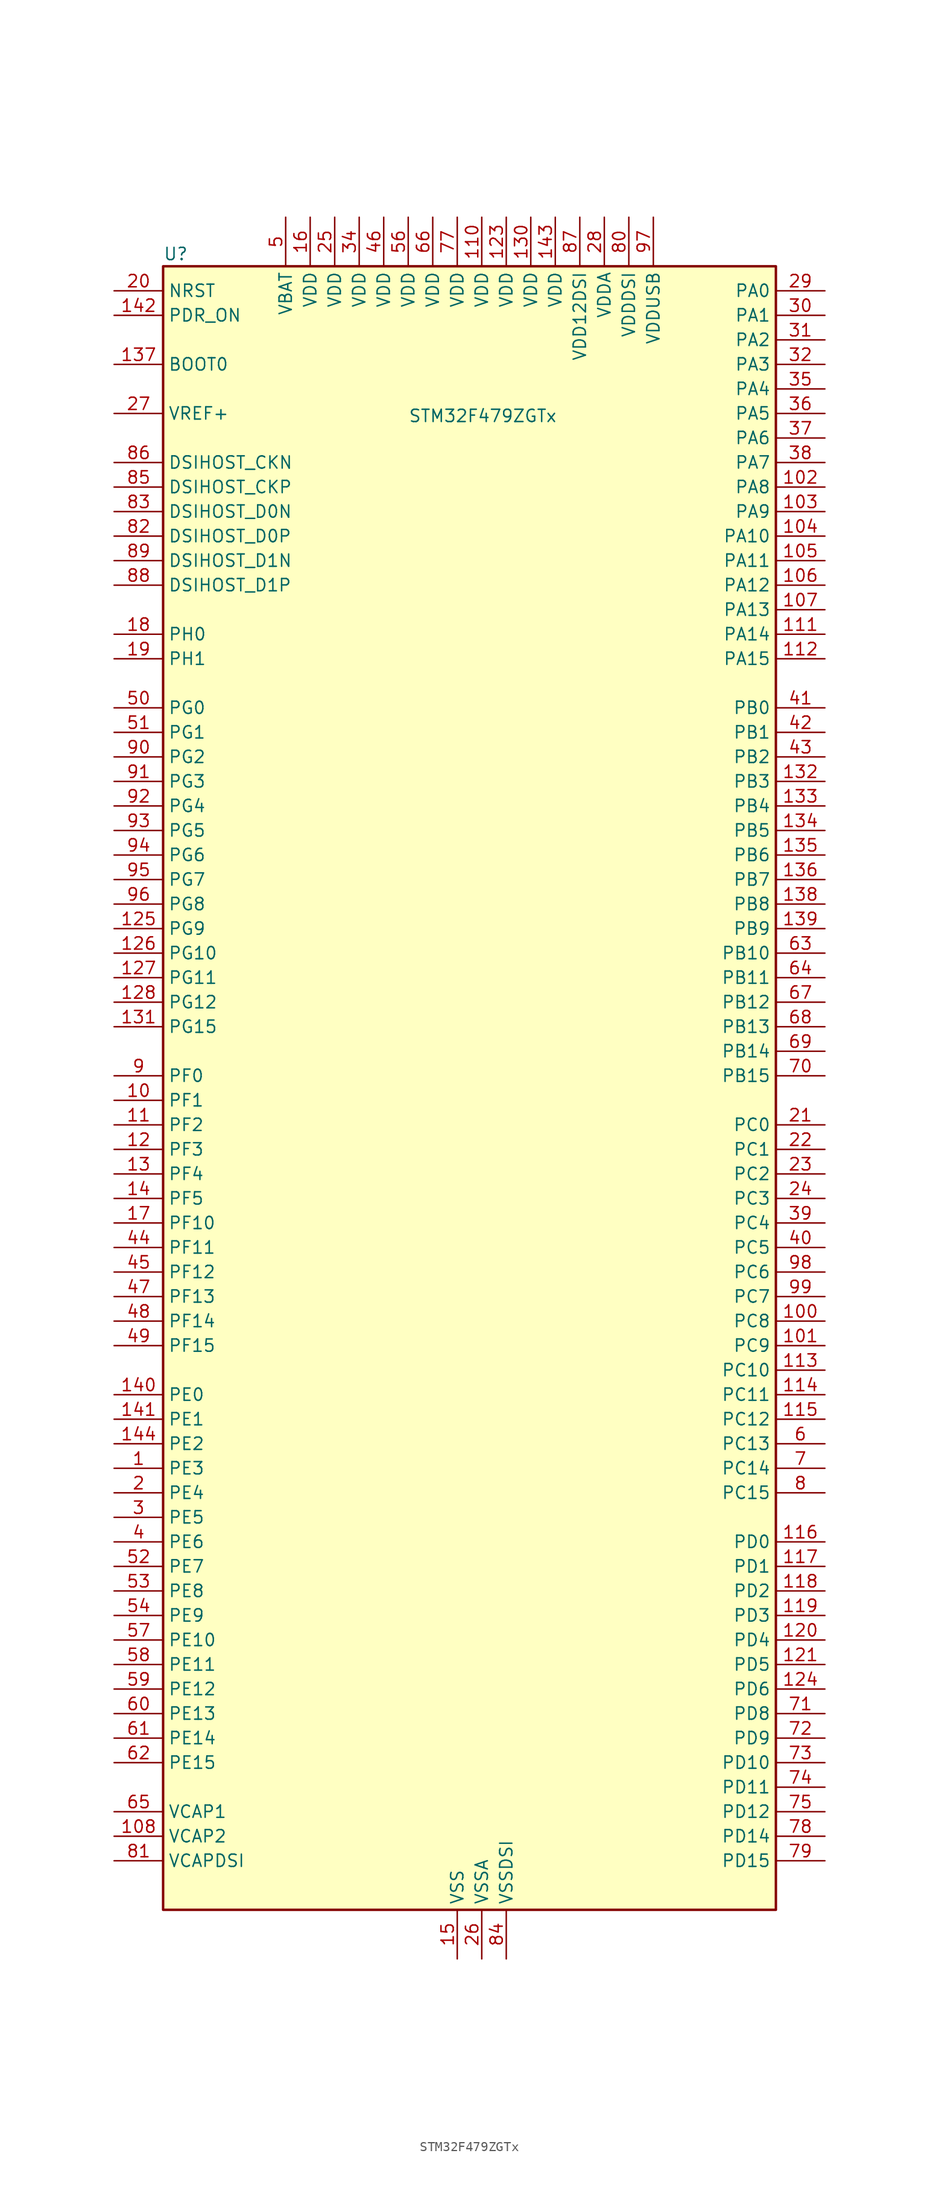
<source format=kicad_sym>
(kicad_symbol_lib
  (version 20231120)
  (generator "kicad_symbol_editor")
  (generator_version "8.0")
  (symbol "STM32F479ZGTx"
    (property "Reference" "U"
      (at -30.48 87.63 0)
      (effects (font (size 1.27 1.27)) (justify left)))
    (property "Value" "STM32F479ZGTx"
      (at -5.08 70.866 0)
      (effects (font (size 1.27 1.27)) (justify left)))
    (property "ki_locked" ""
      (at 0 0 0)
      (effects (font (size 1.27 1.27))))
    (symbol "STM32F479ZGTx_0_1"
      (rectangle (start -30.48 -83.82) (end 33.02 86.36) (stroke (width 0.254) (type default)) (fill (type background))))
    (symbol "STM32F479ZGTx_1_1"
      (pin bidirectional line (at -35.56 -38.1 0) (length 5.08) (name "PE3" (effects (font (size 1.27 1.27)))) (number "1" (effects (font (size 1.27 1.27)))) (alternate "FMC_A19" bidirectional line) (alternate "SAI1_SD_B" bidirectional line) (alternate "SYS_TRACED0" bidirectional line))
      (pin bidirectional line (at -35.56 0 0) (length 5.08) (name "PF1" (effects (font (size 1.27 1.27)))) (number "10" (effects (font (size 1.27 1.27)))) (alternate "FMC_A1" bidirectional line) (alternate "I2C2_SCL" bidirectional line))
      (pin bidirectional line (at 38.1 -22.86 180) (length 5.08) (name "PC8" (effects (font (size 1.27 1.27)))) (number "100" (effects (font (size 1.27 1.27)))) (alternate "DCMI_D2" bidirectional line) (alternate "SDIO_D0" bidirectional line) (alternate "SYS_TRACED1" bidirectional line) (alternate "TIM3_CH3" bidirectional line) (alternate "TIM8_CH3" bidirectional line) (alternate "USART6_CK" bidirectional line))
      (pin bidirectional line (at 38.1 -25.4 180) (length 5.08) (name "PC9" (effects (font (size 1.27 1.27)))) (number "101" (effects (font (size 1.27 1.27)))) (alternate "DAC_EXTI9" bidirectional line) (alternate "DCMI_D3" bidirectional line) (alternate "I2C3_SDA" bidirectional line) (alternate "I2S_CKIN" bidirectional line) (alternate "QUADSPI_BK1_IO0" bidirectional line) (alternate "RCC_MCO_2" bidirectional line) (alternate "SDIO_D1" bidirectional line) (alternate "TIM3_CH4" bidirectional line) (alternate "TIM8_CH4" bidirectional line))
      (pin bidirectional line (at 38.1 63.5 180) (length 5.08) (name "PA8" (effects (font (size 1.27 1.27)))) (number "102" (effects (font (size 1.27 1.27)))) (alternate "I2C3_SCL" bidirectional line) (alternate "LTDC_R6" bidirectional line) (alternate "RCC_MCO_1" bidirectional line) (alternate "TIM1_CH1" bidirectional line) (alternate "USART1_CK" bidirectional line) (alternate "USB_OTG_FS_SOF" bidirectional line))
      (pin bidirectional line (at 38.1 60.96 180) (length 5.08) (name "PA9" (effects (font (size 1.27 1.27)))) (number "103" (effects (font (size 1.27 1.27)))) (alternate "DAC_EXTI9" bidirectional line) (alternate "DCMI_D0" bidirectional line) (alternate "I2C3_SMBA" bidirectional line) (alternate "I2S2_CK" bidirectional line) (alternate "SPI2_SCK" bidirectional line) (alternate "TIM1_CH2" bidirectional line) (alternate "USART1_TX" bidirectional line) (alternate "USB_OTG_FS_VBUS" bidirectional line))
      (pin bidirectional line (at 38.1 58.42 180) (length 5.08) (name "PA10" (effects (font (size 1.27 1.27)))) (number "104" (effects (font (size 1.27 1.27)))) (alternate "DCMI_D1" bidirectional line) (alternate "TIM1_CH3" bidirectional line) (alternate "USART1_RX" bidirectional line) (alternate "USB_OTG_FS_ID" bidirectional line))
      (pin bidirectional line (at 38.1 55.88 180) (length 5.08) (name "PA11" (effects (font (size 1.27 1.27)))) (number "105" (effects (font (size 1.27 1.27)))) (alternate "ADC1_EXTI11" bidirectional line) (alternate "ADC2_EXTI11" bidirectional line) (alternate "ADC3_EXTI11" bidirectional line) (alternate "CAN1_RX" bidirectional line) (alternate "LTDC_R4" bidirectional line) (alternate "TIM1_CH4" bidirectional line) (alternate "USART1_CTS" bidirectional line) (alternate "USB_OTG_FS_DM" bidirectional line))
      (pin bidirectional line (at 38.1 53.34 180) (length 5.08) (name "PA12" (effects (font (size 1.27 1.27)))) (number "106" (effects (font (size 1.27 1.27)))) (alternate "CAN1_TX" bidirectional line) (alternate "LTDC_R5" bidirectional line) (alternate "TIM1_ETR" bidirectional line) (alternate "USART1_RTS" bidirectional line) (alternate "USB_OTG_FS_DP" bidirectional line))
      (pin bidirectional line (at 38.1 50.8 180) (length 5.08) (name "PA13" (effects (font (size 1.27 1.27)))) (number "107" (effects (font (size 1.27 1.27)))) (alternate "SYS_JTMS-SWDIO" bidirectional line))
      (pin power_out line (at -35.56 -76.2 0) (length 5.08) (name "VCAP2" (effects (font (size 1.27 1.27)))) (number "108" (effects (font (size 1.27 1.27)))))
      (pin passive line (at 0 -88.9 90) (length 5.08) hide (name "VSS" (effects (font (size 1.27 1.27)))) (number "109" (effects (font (size 1.27 1.27)))))
      (pin bidirectional line (at -35.56 -2.54 0) (length 5.08) (name "PF2" (effects (font (size 1.27 1.27)))) (number "11" (effects (font (size 1.27 1.27)))) (alternate "FMC_A2" bidirectional line) (alternate "I2C2_SMBA" bidirectional line))
      (pin power_in line (at 2.54 91.44 270) (length 5.08) (name "VDD" (effects (font (size 1.27 1.27)))) (number "110" (effects (font (size 1.27 1.27)))))
      (pin bidirectional line (at 38.1 48.26 180) (length 5.08) (name "PA14" (effects (font (size 1.27 1.27)))) (number "111" (effects (font (size 1.27 1.27)))) (alternate "SYS_JTCK-SWCLK" bidirectional line))
      (pin bidirectional line (at 38.1 45.72 180) (length 5.08) (name "PA15" (effects (font (size 1.27 1.27)))) (number "112" (effects (font (size 1.27 1.27)))) (alternate "ADC1_EXTI15" bidirectional line) (alternate "ADC2_EXTI15" bidirectional line) (alternate "ADC3_EXTI15" bidirectional line) (alternate "I2S3_WS" bidirectional line) (alternate "SPI1_NSS" bidirectional line) (alternate "SPI3_NSS" bidirectional line) (alternate "SYS_JTDI" bidirectional line) (alternate "TIM2_CH1" bidirectional line) (alternate "TIM2_ETR" bidirectional line))
      (pin bidirectional line (at 38.1 -27.94 180) (length 5.08) (name "PC10" (effects (font (size 1.27 1.27)))) (number "113" (effects (font (size 1.27 1.27)))) (alternate "DCMI_D8" bidirectional line) (alternate "I2S3_CK" bidirectional line) (alternate "LTDC_R2" bidirectional line) (alternate "QUADSPI_BK1_IO1" bidirectional line) (alternate "SDIO_D2" bidirectional line) (alternate "SPI3_SCK" bidirectional line) (alternate "UART4_TX" bidirectional line) (alternate "USART3_TX" bidirectional line))
      (pin bidirectional line (at 38.1 -30.48 180) (length 5.08) (name "PC11" (effects (font (size 1.27 1.27)))) (number "114" (effects (font (size 1.27 1.27)))) (alternate "ADC1_EXTI11" bidirectional line) (alternate "ADC2_EXTI11" bidirectional line) (alternate "ADC3_EXTI11" bidirectional line) (alternate "DCMI_D4" bidirectional line) (alternate "I2S3_ext_SD" bidirectional line) (alternate "QUADSPI_BK2_NCS" bidirectional line) (alternate "SDIO_D3" bidirectional line) (alternate "SPI3_MISO" bidirectional line) (alternate "UART4_RX" bidirectional line) (alternate "USART3_RX" bidirectional line))
      (pin bidirectional line (at 38.1 -33.02 180) (length 5.08) (name "PC12" (effects (font (size 1.27 1.27)))) (number "115" (effects (font (size 1.27 1.27)))) (alternate "DCMI_D9" bidirectional line) (alternate "I2S3_SD" bidirectional line) (alternate "SDIO_CK" bidirectional line) (alternate "SPI3_MOSI" bidirectional line) (alternate "SYS_TRACED3" bidirectional line) (alternate "UART5_TX" bidirectional line) (alternate "USART3_CK" bidirectional line))
      (pin bidirectional line (at 38.1 -45.72 180) (length 5.08) (name "PD0" (effects (font (size 1.27 1.27)))) (number "116" (effects (font (size 1.27 1.27)))) (alternate "CAN1_RX" bidirectional line) (alternate "FMC_D2" bidirectional line) (alternate "FMC_DA2" bidirectional line))
      (pin bidirectional line (at 38.1 -48.26 180) (length 5.08) (name "PD1" (effects (font (size 1.27 1.27)))) (number "117" (effects (font (size 1.27 1.27)))) (alternate "CAN1_TX" bidirectional line) (alternate "FMC_D3" bidirectional line) (alternate "FMC_DA3" bidirectional line))
      (pin bidirectional line (at 38.1 -50.8 180) (length 5.08) (name "PD2" (effects (font (size 1.27 1.27)))) (number "118" (effects (font (size 1.27 1.27)))) (alternate "DCMI_D11" bidirectional line) (alternate "SDIO_CMD" bidirectional line) (alternate "SYS_TRACED2" bidirectional line) (alternate "TIM3_ETR" bidirectional line) (alternate "UART5_RX" bidirectional line))
      (pin bidirectional line (at 38.1 -53.34 180) (length 5.08) (name "PD3" (effects (font (size 1.27 1.27)))) (number "119" (effects (font (size 1.27 1.27)))) (alternate "DCMI_D5" bidirectional line) (alternate "FMC_CLK" bidirectional line) (alternate "I2S2_CK" bidirectional line) (alternate "LTDC_G7" bidirectional line) (alternate "SPI2_SCK" bidirectional line) (alternate "USART2_CTS" bidirectional line))
      (pin bidirectional line (at -35.56 -5.08 0) (length 5.08) (name "PF3" (effects (font (size 1.27 1.27)))) (number "12" (effects (font (size 1.27 1.27)))) (alternate "ADC3_IN9" bidirectional line) (alternate "FMC_A3" bidirectional line))
      (pin bidirectional line (at 38.1 -55.88 180) (length 5.08) (name "PD4" (effects (font (size 1.27 1.27)))) (number "120" (effects (font (size 1.27 1.27)))) (alternate "FMC_NOE" bidirectional line) (alternate "USART2_RTS" bidirectional line))
      (pin bidirectional line (at 38.1 -58.42 180) (length 5.08) (name "PD5" (effects (font (size 1.27 1.27)))) (number "121" (effects (font (size 1.27 1.27)))) (alternate "FMC_NWE" bidirectional line) (alternate "USART2_TX" bidirectional line))
      (pin passive line (at 0 -88.9 90) (length 5.08) hide (name "VSS" (effects (font (size 1.27 1.27)))) (number "122" (effects (font (size 1.27 1.27)))))
      (pin power_in line (at 5.08 91.44 270) (length 5.08) (name "VDD" (effects (font (size 1.27 1.27)))) (number "123" (effects (font (size 1.27 1.27)))))
      (pin bidirectional line (at 38.1 -60.96 180) (length 5.08) (name "PD6" (effects (font (size 1.27 1.27)))) (number "124" (effects (font (size 1.27 1.27)))) (alternate "DCMI_D10" bidirectional line) (alternate "FMC_NWAIT" bidirectional line) (alternate "I2S3_SD" bidirectional line) (alternate "LTDC_B2" bidirectional line) (alternate "SAI1_SD_A" bidirectional line) (alternate "SPI3_MOSI" bidirectional line) (alternate "USART2_RX" bidirectional line))
      (pin bidirectional line (at -35.56 17.78 0) (length 5.08) (name "PG9" (effects (font (size 1.27 1.27)))) (number "125" (effects (font (size 1.27 1.27)))) (alternate "DAC_EXTI9" bidirectional line) (alternate "DCMI_VSYNC" bidirectional line) (alternate "FMC_NCE" bidirectional line) (alternate "FMC_NE2" bidirectional line) (alternate "QUADSPI_BK2_IO2" bidirectional line) (alternate "USART6_RX" bidirectional line))
      (pin bidirectional line (at -35.56 15.24 0) (length 5.08) (name "PG10" (effects (font (size 1.27 1.27)))) (number "126" (effects (font (size 1.27 1.27)))) (alternate "DCMI_D2" bidirectional line) (alternate "FMC_NE3" bidirectional line) (alternate "LTDC_B2" bidirectional line) (alternate "LTDC_G3" bidirectional line))
      (pin bidirectional line (at -35.56 12.7 0) (length 5.08) (name "PG11" (effects (font (size 1.27 1.27)))) (number "127" (effects (font (size 1.27 1.27)))) (alternate "ADC1_EXTI11" bidirectional line) (alternate "ADC2_EXTI11" bidirectional line) (alternate "ADC3_EXTI11" bidirectional line) (alternate "DCMI_D3" bidirectional line) (alternate "LTDC_B3" bidirectional line))
      (pin bidirectional line (at -35.56 10.16 0) (length 5.08) (name "PG12" (effects (font (size 1.27 1.27)))) (number "128" (effects (font (size 1.27 1.27)))) (alternate "FMC_NE4" bidirectional line) (alternate "LTDC_B1" bidirectional line) (alternate "LTDC_B4" bidirectional line) (alternate "USART6_RTS" bidirectional line))
      (pin passive line (at 0 -88.9 90) (length 5.08) hide (name "VSS" (effects (font (size 1.27 1.27)))) (number "129" (effects (font (size 1.27 1.27)))))
      (pin bidirectional line (at -35.56 -7.62 0) (length 5.08) (name "PF4" (effects (font (size 1.27 1.27)))) (number "13" (effects (font (size 1.27 1.27)))) (alternate "ADC3_IN14" bidirectional line) (alternate "FMC_A4" bidirectional line))
      (pin power_in line (at 7.62 91.44 270) (length 5.08) (name "VDD" (effects (font (size 1.27 1.27)))) (number "130" (effects (font (size 1.27 1.27)))))
      (pin bidirectional line (at -35.56 7.62 0) (length 5.08) (name "PG15" (effects (font (size 1.27 1.27)))) (number "131" (effects (font (size 1.27 1.27)))) (alternate "ADC1_EXTI15" bidirectional line) (alternate "ADC2_EXTI15" bidirectional line) (alternate "ADC3_EXTI15" bidirectional line) (alternate "DCMI_D13" bidirectional line) (alternate "FMC_SDNCAS" bidirectional line) (alternate "USART6_CTS" bidirectional line))
      (pin bidirectional line (at 38.1 33.02 180) (length 5.08) (name "PB3" (effects (font (size 1.27 1.27)))) (number "132" (effects (font (size 1.27 1.27)))) (alternate "I2S3_CK" bidirectional line) (alternate "SPI1_SCK" bidirectional line) (alternate "SPI3_SCK" bidirectional line) (alternate "SYS_JTDO-SWO" bidirectional line) (alternate "TIM2_CH2" bidirectional line))
      (pin bidirectional line (at 38.1 30.48 180) (length 5.08) (name "PB4" (effects (font (size 1.27 1.27)))) (number "133" (effects (font (size 1.27 1.27)))) (alternate "I2S3_ext_SD" bidirectional line) (alternate "SPI1_MISO" bidirectional line) (alternate "SPI3_MISO" bidirectional line) (alternate "SYS_JTRST" bidirectional line) (alternate "TIM3_CH1" bidirectional line))
      (pin bidirectional line (at 38.1 27.94 180) (length 5.08) (name "PB5" (effects (font (size 1.27 1.27)))) (number "134" (effects (font (size 1.27 1.27)))) (alternate "CAN2_RX" bidirectional line) (alternate "DCMI_D10" bidirectional line) (alternate "FMC_SDCKE1" bidirectional line) (alternate "I2C1_SMBA" bidirectional line) (alternate "I2S3_SD" bidirectional line) (alternate "LTDC_G7" bidirectional line) (alternate "SPI1_MOSI" bidirectional line) (alternate "SPI3_MOSI" bidirectional line) (alternate "TIM3_CH2" bidirectional line) (alternate "USB_OTG_HS_ULPI_D7" bidirectional line))
      (pin bidirectional line (at 38.1 25.4 180) (length 5.08) (name "PB6" (effects (font (size 1.27 1.27)))) (number "135" (effects (font (size 1.27 1.27)))) (alternate "CAN2_TX" bidirectional line) (alternate "DCMI_D5" bidirectional line) (alternate "FMC_SDNE1" bidirectional line) (alternate "I2C1_SCL" bidirectional line) (alternate "QUADSPI_BK1_NCS" bidirectional line) (alternate "TIM4_CH1" bidirectional line) (alternate "USART1_TX" bidirectional line))
      (pin bidirectional line (at 38.1 22.86 180) (length 5.08) (name "PB7" (effects (font (size 1.27 1.27)))) (number "136" (effects (font (size 1.27 1.27)))) (alternate "DCMI_VSYNC" bidirectional line) (alternate "FMC_NL" bidirectional line) (alternate "I2C1_SDA" bidirectional line) (alternate "TIM4_CH2" bidirectional line) (alternate "USART1_RX" bidirectional line))
      (pin input line (at -35.56 76.2 0) (length 5.08) (name "BOOT0" (effects (font (size 1.27 1.27)))) (number "137" (effects (font (size 1.27 1.27)))))
      (pin bidirectional line (at 38.1 20.32 180) (length 5.08) (name "PB8" (effects (font (size 1.27 1.27)))) (number "138" (effects (font (size 1.27 1.27)))) (alternate "CAN1_RX" bidirectional line) (alternate "DCMI_D6" bidirectional line) (alternate "I2C1_SCL" bidirectional line) (alternate "LTDC_B6" bidirectional line) (alternate "SDIO_D4" bidirectional line) (alternate "TIM10_CH1" bidirectional line) (alternate "TIM4_CH3" bidirectional line))
      (pin bidirectional line (at 38.1 17.78 180) (length 5.08) (name "PB9" (effects (font (size 1.27 1.27)))) (number "139" (effects (font (size 1.27 1.27)))) (alternate "CAN1_TX" bidirectional line) (alternate "DAC_EXTI9" bidirectional line) (alternate "DCMI_D7" bidirectional line) (alternate "I2C1_SDA" bidirectional line) (alternate "I2S2_WS" bidirectional line) (alternate "LTDC_B7" bidirectional line) (alternate "SDIO_D5" bidirectional line) (alternate "SPI2_NSS" bidirectional line) (alternate "TIM11_CH1" bidirectional line) (alternate "TIM4_CH4" bidirectional line))
      (pin bidirectional line (at -35.56 -10.16 0) (length 5.08) (name "PF5" (effects (font (size 1.27 1.27)))) (number "14" (effects (font (size 1.27 1.27)))) (alternate "ADC3_IN15" bidirectional line) (alternate "FMC_A5" bidirectional line))
      (pin bidirectional line (at -35.56 -30.48 0) (length 5.08) (name "PE0" (effects (font (size 1.27 1.27)))) (number "140" (effects (font (size 1.27 1.27)))) (alternate "DCMI_D2" bidirectional line) (alternate "FMC_NBL0" bidirectional line) (alternate "TIM4_ETR" bidirectional line) (alternate "UART8_RX" bidirectional line))
      (pin bidirectional line (at -35.56 -33.02 0) (length 5.08) (name "PE1" (effects (font (size 1.27 1.27)))) (number "141" (effects (font (size 1.27 1.27)))) (alternate "DCMI_D3" bidirectional line) (alternate "FMC_NBL1" bidirectional line) (alternate "UART8_TX" bidirectional line))
      (pin input line (at -35.56 81.28 0) (length 5.08) (name "PDR_ON" (effects (font (size 1.27 1.27)))) (number "142" (effects (font (size 1.27 1.27)))))
      (pin power_in line (at 10.16 91.44 270) (length 5.08) (name "VDD" (effects (font (size 1.27 1.27)))) (number "143" (effects (font (size 1.27 1.27)))))
      (pin bidirectional line (at -35.56 -35.56 0) (length 5.08) (name "PE2" (effects (font (size 1.27 1.27)))) (number "144" (effects (font (size 1.27 1.27)))) (alternate "FMC_A23" bidirectional line) (alternate "QUADSPI_BK1_IO2" bidirectional line) (alternate "SAI1_MCLK_A" bidirectional line) (alternate "SPI4_SCK" bidirectional line) (alternate "SYS_TRACECLK" bidirectional line))
      (pin power_in line (at 0 -88.9 90) (length 5.08) (name "VSS" (effects (font (size 1.27 1.27)))) (number "15" (effects (font (size 1.27 1.27)))))
      (pin power_in line (at -15.24 91.44 270) (length 5.08) (name "VDD" (effects (font (size 1.27 1.27)))) (number "16" (effects (font (size 1.27 1.27)))))
      (pin bidirectional line (at -35.56 -12.7 0) (length 5.08) (name "PF10" (effects (font (size 1.27 1.27)))) (number "17" (effects (font (size 1.27 1.27)))) (alternate "ADC3_IN8" bidirectional line) (alternate "DCMI_D11" bidirectional line) (alternate "LTDC_DE" bidirectional line) (alternate "QUADSPI_CLK" bidirectional line))
      (pin bidirectional line (at -35.56 48.26 0) (length 5.08) (name "PH0" (effects (font (size 1.27 1.27)))) (number "18" (effects (font (size 1.27 1.27)))) (alternate "RCC_OSC_IN" bidirectional line))
      (pin bidirectional line (at -35.56 45.72 0) (length 5.08) (name "PH1" (effects (font (size 1.27 1.27)))) (number "19" (effects (font (size 1.27 1.27)))) (alternate "RCC_OSC_OUT" bidirectional line))
      (pin bidirectional line (at -35.56 -40.64 0) (length 5.08) (name "PE4" (effects (font (size 1.27 1.27)))) (number "2" (effects (font (size 1.27 1.27)))) (alternate "DCMI_D4" bidirectional line) (alternate "FMC_A20" bidirectional line) (alternate "LTDC_B0" bidirectional line) (alternate "SAI1_FS_A" bidirectional line) (alternate "SPI4_NSS" bidirectional line) (alternate "SYS_TRACED1" bidirectional line))
      (pin input line (at -35.56 83.82 0) (length 5.08) (name "NRST" (effects (font (size 1.27 1.27)))) (number "20" (effects (font (size 1.27 1.27)))))
      (pin bidirectional line (at 38.1 -2.54 180) (length 5.08) (name "PC0" (effects (font (size 1.27 1.27)))) (number "21" (effects (font (size 1.27 1.27)))) (alternate "ADC1_IN10" bidirectional line) (alternate "ADC2_IN10" bidirectional line) (alternate "ADC3_IN10" bidirectional line) (alternate "FMC_SDNWE" bidirectional line) (alternate "LTDC_R5" bidirectional line) (alternate "USB_OTG_HS_ULPI_STP" bidirectional line))
      (pin bidirectional line (at 38.1 -5.08 180) (length 5.08) (name "PC1" (effects (font (size 1.27 1.27)))) (number "22" (effects (font (size 1.27 1.27)))) (alternate "ADC1_IN11" bidirectional line) (alternate "ADC2_IN11" bidirectional line) (alternate "ADC3_IN11" bidirectional line) (alternate "I2S2_SD" bidirectional line) (alternate "SAI1_SD_A" bidirectional line) (alternate "SPI2_MOSI" bidirectional line) (alternate "SYS_TRACED0" bidirectional line))
      (pin bidirectional line (at 38.1 -7.62 180) (length 5.08) (name "PC2" (effects (font (size 1.27 1.27)))) (number "23" (effects (font (size 1.27 1.27)))) (alternate "ADC1_IN12" bidirectional line) (alternate "ADC2_IN12" bidirectional line) (alternate "ADC3_IN12" bidirectional line) (alternate "FMC_SDNE0" bidirectional line) (alternate "I2S2_ext_SD" bidirectional line) (alternate "SPI2_MISO" bidirectional line) (alternate "USB_OTG_HS_ULPI_DIR" bidirectional line))
      (pin bidirectional line (at 38.1 -10.16 180) (length 5.08) (name "PC3" (effects (font (size 1.27 1.27)))) (number "24" (effects (font (size 1.27 1.27)))) (alternate "ADC1_IN13" bidirectional line) (alternate "ADC2_IN13" bidirectional line) (alternate "ADC3_IN13" bidirectional line) (alternate "FMC_SDCKE0" bidirectional line) (alternate "I2S2_SD" bidirectional line) (alternate "SPI2_MOSI" bidirectional line) (alternate "USB_OTG_HS_ULPI_NXT" bidirectional line))
      (pin power_in line (at -12.7 91.44 270) (length 5.08) (name "VDD" (effects (font (size 1.27 1.27)))) (number "25" (effects (font (size 1.27 1.27)))))
      (pin power_in line (at 2.54 -88.9 90) (length 5.08) (name "VSSA" (effects (font (size 1.27 1.27)))) (number "26" (effects (font (size 1.27 1.27)))))
      (pin input line (at -35.56 71.12 0) (length 5.08) (name "VREF+" (effects (font (size 1.27 1.27)))) (number "27" (effects (font (size 1.27 1.27)))))
      (pin power_in line (at 15.24 91.44 270) (length 5.08) (name "VDDA" (effects (font (size 1.27 1.27)))) (number "28" (effects (font (size 1.27 1.27)))))
      (pin bidirectional line (at 38.1 83.82 180) (length 5.08) (name "PA0" (effects (font (size 1.27 1.27)))) (number "29" (effects (font (size 1.27 1.27)))) (alternate "ADC1_IN0" bidirectional line) (alternate "ADC2_IN0" bidirectional line) (alternate "ADC3_IN0" bidirectional line) (alternate "SYS_WKUP" bidirectional line) (alternate "TIM2_CH1" bidirectional line) (alternate "TIM2_ETR" bidirectional line) (alternate "TIM5_CH1" bidirectional line) (alternate "TIM8_ETR" bidirectional line) (alternate "UART4_TX" bidirectional line) (alternate "USART2_CTS" bidirectional line))
      (pin bidirectional line (at -35.56 -43.18 0) (length 5.08) (name "PE5" (effects (font (size 1.27 1.27)))) (number "3" (effects (font (size 1.27 1.27)))) (alternate "DCMI_D6" bidirectional line) (alternate "FMC_A21" bidirectional line) (alternate "LTDC_G0" bidirectional line) (alternate "SAI1_SCK_A" bidirectional line) (alternate "SPI4_MISO" bidirectional line) (alternate "SYS_TRACED2" bidirectional line) (alternate "TIM9_CH1" bidirectional line))
      (pin bidirectional line (at 38.1 81.28 180) (length 5.08) (name "PA1" (effects (font (size 1.27 1.27)))) (number "30" (effects (font (size 1.27 1.27)))) (alternate "ADC1_IN1" bidirectional line) (alternate "ADC2_IN1" bidirectional line) (alternate "ADC3_IN1" bidirectional line) (alternate "LTDC_R2" bidirectional line) (alternate "QUADSPI_BK1_IO3" bidirectional line) (alternate "TIM2_CH2" bidirectional line) (alternate "TIM5_CH2" bidirectional line) (alternate "UART4_RX" bidirectional line) (alternate "USART2_RTS" bidirectional line))
      (pin bidirectional line (at 38.1 78.74 180) (length 5.08) (name "PA2" (effects (font (size 1.27 1.27)))) (number "31" (effects (font (size 1.27 1.27)))) (alternate "ADC1_IN2" bidirectional line) (alternate "ADC2_IN2" bidirectional line) (alternate "ADC3_IN2" bidirectional line) (alternate "LTDC_R1" bidirectional line) (alternate "TIM2_CH3" bidirectional line) (alternate "TIM5_CH3" bidirectional line) (alternate "TIM9_CH1" bidirectional line) (alternate "USART2_TX" bidirectional line))
      (pin bidirectional line (at 38.1 76.2 180) (length 5.08) (name "PA3" (effects (font (size 1.27 1.27)))) (number "32" (effects (font (size 1.27 1.27)))) (alternate "ADC1_IN3" bidirectional line) (alternate "ADC2_IN3" bidirectional line) (alternate "ADC3_IN3" bidirectional line) (alternate "LTDC_B2" bidirectional line) (alternate "LTDC_B5" bidirectional line) (alternate "TIM2_CH4" bidirectional line) (alternate "TIM5_CH4" bidirectional line) (alternate "TIM9_CH2" bidirectional line) (alternate "USART2_RX" bidirectional line) (alternate "USB_OTG_HS_ULPI_D0" bidirectional line))
      (pin passive line (at 0 -88.9 90) (length 5.08) hide (name "VSS" (effects (font (size 1.27 1.27)))) (number "33" (effects (font (size 1.27 1.27)))))
      (pin power_in line (at -10.16 91.44 270) (length 5.08) (name "VDD" (effects (font (size 1.27 1.27)))) (number "34" (effects (font (size 1.27 1.27)))))
      (pin bidirectional line (at 38.1 73.66 180) (length 5.08) (name "PA4" (effects (font (size 1.27 1.27)))) (number "35" (effects (font (size 1.27 1.27)))) (alternate "ADC1_IN4" bidirectional line) (alternate "ADC2_IN4" bidirectional line) (alternate "DAC_OUT1" bidirectional line) (alternate "DCMI_HSYNC" bidirectional line) (alternate "I2S3_WS" bidirectional line) (alternate "LTDC_VSYNC" bidirectional line) (alternate "SPI1_NSS" bidirectional line) (alternate "SPI3_NSS" bidirectional line) (alternate "USART2_CK" bidirectional line) (alternate "USB_OTG_HS_SOF" bidirectional line))
      (pin bidirectional line (at 38.1 71.12 180) (length 5.08) (name "PA5" (effects (font (size 1.27 1.27)))) (number "36" (effects (font (size 1.27 1.27)))) (alternate "ADC1_IN5" bidirectional line) (alternate "ADC2_IN5" bidirectional line) (alternate "DAC_OUT2" bidirectional line) (alternate "LTDC_R4" bidirectional line) (alternate "SPI1_SCK" bidirectional line) (alternate "TIM2_CH1" bidirectional line) (alternate "TIM2_ETR" bidirectional line) (alternate "TIM8_CH1N" bidirectional line) (alternate "USB_OTG_HS_ULPI_CK" bidirectional line))
      (pin bidirectional line (at 38.1 68.58 180) (length 5.08) (name "PA6" (effects (font (size 1.27 1.27)))) (number "37" (effects (font (size 1.27 1.27)))) (alternate "ADC1_IN6" bidirectional line) (alternate "ADC2_IN6" bidirectional line) (alternate "DCMI_PIXCLK" bidirectional line) (alternate "LTDC_G2" bidirectional line) (alternate "SPI1_MISO" bidirectional line) (alternate "TIM13_CH1" bidirectional line) (alternate "TIM1_BKIN" bidirectional line) (alternate "TIM3_CH1" bidirectional line) (alternate "TIM8_BKIN" bidirectional line))
      (pin bidirectional line (at 38.1 66.04 180) (length 5.08) (name "PA7" (effects (font (size 1.27 1.27)))) (number "38" (effects (font (size 1.27 1.27)))) (alternate "ADC1_IN7" bidirectional line) (alternate "ADC2_IN7" bidirectional line) (alternate "FMC_SDNWE" bidirectional line) (alternate "QUADSPI_CLK" bidirectional line) (alternate "SPI1_MOSI" bidirectional line) (alternate "TIM14_CH1" bidirectional line) (alternate "TIM1_CH1N" bidirectional line) (alternate "TIM3_CH2" bidirectional line) (alternate "TIM8_CH1N" bidirectional line))
      (pin bidirectional line (at 38.1 -12.7 180) (length 5.08) (name "PC4" (effects (font (size 1.27 1.27)))) (number "39" (effects (font (size 1.27 1.27)))) (alternate "ADC1_IN14" bidirectional line) (alternate "ADC2_IN14" bidirectional line) (alternate "FMC_SDNE0" bidirectional line))
      (pin bidirectional line (at -35.56 -45.72 0) (length 5.08) (name "PE6" (effects (font (size 1.27 1.27)))) (number "4" (effects (font (size 1.27 1.27)))) (alternate "DCMI_D7" bidirectional line) (alternate "FMC_A22" bidirectional line) (alternate "LTDC_G1" bidirectional line) (alternate "SAI1_SD_A" bidirectional line) (alternate "SPI4_MOSI" bidirectional line) (alternate "SYS_TRACED3" bidirectional line) (alternate "TIM9_CH2" bidirectional line))
      (pin bidirectional line (at 38.1 -15.24 180) (length 5.08) (name "PC5" (effects (font (size 1.27 1.27)))) (number "40" (effects (font (size 1.27 1.27)))) (alternate "ADC1_IN15" bidirectional line) (alternate "ADC2_IN15" bidirectional line) (alternate "FMC_SDCKE0" bidirectional line))
      (pin bidirectional line (at 38.1 40.64 180) (length 5.08) (name "PB0" (effects (font (size 1.27 1.27)))) (number "41" (effects (font (size 1.27 1.27)))) (alternate "ADC1_IN8" bidirectional line) (alternate "ADC2_IN8" bidirectional line) (alternate "LTDC_G1" bidirectional line) (alternate "LTDC_R3" bidirectional line) (alternate "TIM1_CH2N" bidirectional line) (alternate "TIM3_CH3" bidirectional line) (alternate "TIM8_CH2N" bidirectional line) (alternate "USB_OTG_HS_ULPI_D1" bidirectional line))
      (pin bidirectional line (at 38.1 38.1 180) (length 5.08) (name "PB1" (effects (font (size 1.27 1.27)))) (number "42" (effects (font (size 1.27 1.27)))) (alternate "ADC1_IN9" bidirectional line) (alternate "ADC2_IN9" bidirectional line) (alternate "LTDC_G0" bidirectional line) (alternate "LTDC_R6" bidirectional line) (alternate "TIM1_CH3N" bidirectional line) (alternate "TIM3_CH4" bidirectional line) (alternate "TIM8_CH3N" bidirectional line) (alternate "USB_OTG_HS_ULPI_D2" bidirectional line))
      (pin bidirectional line (at 38.1 35.56 180) (length 5.08) (name "PB2" (effects (font (size 1.27 1.27)))) (number "43" (effects (font (size 1.27 1.27)))))
      (pin bidirectional line (at -35.56 -15.24 0) (length 5.08) (name "PF11" (effects (font (size 1.27 1.27)))) (number "44" (effects (font (size 1.27 1.27)))) (alternate "ADC1_EXTI11" bidirectional line) (alternate "ADC2_EXTI11" bidirectional line) (alternate "ADC3_EXTI11" bidirectional line) (alternate "DCMI_D12" bidirectional line) (alternate "FMC_SDNRAS" bidirectional line))
      (pin bidirectional line (at -35.56 -17.78 0) (length 5.08) (name "PF12" (effects (font (size 1.27 1.27)))) (number "45" (effects (font (size 1.27 1.27)))) (alternate "FMC_A6" bidirectional line))
      (pin power_in line (at -7.62 91.44 270) (length 5.08) (name "VDD" (effects (font (size 1.27 1.27)))) (number "46" (effects (font (size 1.27 1.27)))))
      (pin bidirectional line (at -35.56 -20.32 0) (length 5.08) (name "PF13" (effects (font (size 1.27 1.27)))) (number "47" (effects (font (size 1.27 1.27)))) (alternate "FMC_A7" bidirectional line))
      (pin bidirectional line (at -35.56 -22.86 0) (length 5.08) (name "PF14" (effects (font (size 1.27 1.27)))) (number "48" (effects (font (size 1.27 1.27)))) (alternate "FMC_A8" bidirectional line))
      (pin bidirectional line (at -35.56 -25.4 0) (length 5.08) (name "PF15" (effects (font (size 1.27 1.27)))) (number "49" (effects (font (size 1.27 1.27)))) (alternate "ADC1_EXTI15" bidirectional line) (alternate "ADC2_EXTI15" bidirectional line) (alternate "ADC3_EXTI15" bidirectional line) (alternate "FMC_A9" bidirectional line))
      (pin power_in line (at -17.78 91.44 270) (length 5.08) (name "VBAT" (effects (font (size 1.27 1.27)))) (number "5" (effects (font (size 1.27 1.27)))))
      (pin bidirectional line (at -35.56 40.64 0) (length 5.08) (name "PG0" (effects (font (size 1.27 1.27)))) (number "50" (effects (font (size 1.27 1.27)))) (alternate "FMC_A10" bidirectional line))
      (pin bidirectional line (at -35.56 38.1 0) (length 5.08) (name "PG1" (effects (font (size 1.27 1.27)))) (number "51" (effects (font (size 1.27 1.27)))) (alternate "FMC_A11" bidirectional line))
      (pin bidirectional line (at -35.56 -48.26 0) (length 5.08) (name "PE7" (effects (font (size 1.27 1.27)))) (number "52" (effects (font (size 1.27 1.27)))) (alternate "FMC_D4" bidirectional line) (alternate "FMC_DA4" bidirectional line) (alternate "QUADSPI_BK2_IO0" bidirectional line) (alternate "TIM1_ETR" bidirectional line) (alternate "UART7_RX" bidirectional line))
      (pin bidirectional line (at -35.56 -50.8 0) (length 5.08) (name "PE8" (effects (font (size 1.27 1.27)))) (number "53" (effects (font (size 1.27 1.27)))) (alternate "FMC_D5" bidirectional line) (alternate "FMC_DA5" bidirectional line) (alternate "QUADSPI_BK2_IO1" bidirectional line) (alternate "TIM1_CH1N" bidirectional line) (alternate "UART7_TX" bidirectional line))
      (pin bidirectional line (at -35.56 -53.34 0) (length 5.08) (name "PE9" (effects (font (size 1.27 1.27)))) (number "54" (effects (font (size 1.27 1.27)))) (alternate "DAC_EXTI9" bidirectional line) (alternate "FMC_D6" bidirectional line) (alternate "FMC_DA6" bidirectional line) (alternate "QUADSPI_BK2_IO2" bidirectional line) (alternate "TIM1_CH1" bidirectional line))
      (pin passive line (at 0 -88.9 90) (length 5.08) hide (name "VSS" (effects (font (size 1.27 1.27)))) (number "55" (effects (font (size 1.27 1.27)))))
      (pin power_in line (at -5.08 91.44 270) (length 5.08) (name "VDD" (effects (font (size 1.27 1.27)))) (number "56" (effects (font (size 1.27 1.27)))))
      (pin bidirectional line (at -35.56 -55.88 0) (length 5.08) (name "PE10" (effects (font (size 1.27 1.27)))) (number "57" (effects (font (size 1.27 1.27)))) (alternate "FMC_D7" bidirectional line) (alternate "FMC_DA7" bidirectional line) (alternate "QUADSPI_BK2_IO3" bidirectional line) (alternate "TIM1_CH2N" bidirectional line))
      (pin bidirectional line (at -35.56 -58.42 0) (length 5.08) (name "PE11" (effects (font (size 1.27 1.27)))) (number "58" (effects (font (size 1.27 1.27)))) (alternate "ADC1_EXTI11" bidirectional line) (alternate "ADC2_EXTI11" bidirectional line) (alternate "ADC3_EXTI11" bidirectional line) (alternate "FMC_D8" bidirectional line) (alternate "FMC_DA8" bidirectional line) (alternate "LTDC_G3" bidirectional line) (alternate "SPI4_NSS" bidirectional line) (alternate "TIM1_CH2" bidirectional line))
      (pin bidirectional line (at -35.56 -60.96 0) (length 5.08) (name "PE12" (effects (font (size 1.27 1.27)))) (number "59" (effects (font (size 1.27 1.27)))) (alternate "FMC_D9" bidirectional line) (alternate "FMC_DA9" bidirectional line) (alternate "LTDC_B4" bidirectional line) (alternate "SPI4_SCK" bidirectional line) (alternate "TIM1_CH3N" bidirectional line))
      (pin bidirectional line (at 38.1 -35.56 180) (length 5.08) (name "PC13" (effects (font (size 1.27 1.27)))) (number "6" (effects (font (size 1.27 1.27)))) (alternate "RTC_AF1" bidirectional line))
      (pin bidirectional line (at -35.56 -63.5 0) (length 5.08) (name "PE13" (effects (font (size 1.27 1.27)))) (number "60" (effects (font (size 1.27 1.27)))) (alternate "FMC_D10" bidirectional line) (alternate "FMC_DA10" bidirectional line) (alternate "LTDC_DE" bidirectional line) (alternate "SPI4_MISO" bidirectional line) (alternate "TIM1_CH3" bidirectional line))
      (pin bidirectional line (at -35.56 -66.04 0) (length 5.08) (name "PE14" (effects (font (size 1.27 1.27)))) (number "61" (effects (font (size 1.27 1.27)))) (alternate "FMC_D11" bidirectional line) (alternate "FMC_DA11" bidirectional line) (alternate "LTDC_CLK" bidirectional line) (alternate "SPI4_MOSI" bidirectional line) (alternate "TIM1_CH4" bidirectional line))
      (pin bidirectional line (at -35.56 -68.58 0) (length 5.08) (name "PE15" (effects (font (size 1.27 1.27)))) (number "62" (effects (font (size 1.27 1.27)))) (alternate "ADC1_EXTI15" bidirectional line) (alternate "ADC2_EXTI15" bidirectional line) (alternate "ADC3_EXTI15" bidirectional line) (alternate "FMC_D12" bidirectional line) (alternate "FMC_DA12" bidirectional line) (alternate "LTDC_R7" bidirectional line) (alternate "TIM1_BKIN" bidirectional line))
      (pin bidirectional line (at 38.1 15.24 180) (length 5.08) (name "PB10" (effects (font (size 1.27 1.27)))) (number "63" (effects (font (size 1.27 1.27)))) (alternate "I2C2_SCL" bidirectional line) (alternate "I2S2_CK" bidirectional line) (alternate "LTDC_G4" bidirectional line) (alternate "QUADSPI_BK1_NCS" bidirectional line) (alternate "SPI2_SCK" bidirectional line) (alternate "TIM2_CH3" bidirectional line) (alternate "USART3_TX" bidirectional line) (alternate "USB_OTG_HS_ULPI_D3" bidirectional line))
      (pin bidirectional line (at 38.1 12.7 180) (length 5.08) (name "PB11" (effects (font (size 1.27 1.27)))) (number "64" (effects (font (size 1.27 1.27)))) (alternate "ADC1_EXTI11" bidirectional line) (alternate "ADC2_EXTI11" bidirectional line) (alternate "ADC3_EXTI11" bidirectional line) (alternate "DSIHOST_TE" bidirectional line) (alternate "I2C2_SDA" bidirectional line) (alternate "LTDC_G5" bidirectional line) (alternate "TIM2_CH4" bidirectional line) (alternate "USART3_RX" bidirectional line) (alternate "USB_OTG_HS_ULPI_D4" bidirectional line))
      (pin power_out line (at -35.56 -73.66 0) (length 5.08) (name "VCAP1" (effects (font (size 1.27 1.27)))) (number "65" (effects (font (size 1.27 1.27)))))
      (pin power_in line (at -2.54 91.44 270) (length 5.08) (name "VDD" (effects (font (size 1.27 1.27)))) (number "66" (effects (font (size 1.27 1.27)))))
      (pin bidirectional line (at 38.1 10.16 180) (length 5.08) (name "PB12" (effects (font (size 1.27 1.27)))) (number "67" (effects (font (size 1.27 1.27)))) (alternate "CAN2_RX" bidirectional line) (alternate "I2C2_SMBA" bidirectional line) (alternate "I2S2_WS" bidirectional line) (alternate "SPI2_NSS" bidirectional line) (alternate "TIM1_BKIN" bidirectional line) (alternate "USART3_CK" bidirectional line) (alternate "USB_OTG_HS_ID" bidirectional line) (alternate "USB_OTG_HS_ULPI_D5" bidirectional line))
      (pin bidirectional line (at 38.1 7.62 180) (length 5.08) (name "PB13" (effects (font (size 1.27 1.27)))) (number "68" (effects (font (size 1.27 1.27)))) (alternate "CAN2_TX" bidirectional line) (alternate "I2S2_CK" bidirectional line) (alternate "SPI2_SCK" bidirectional line) (alternate "TIM1_CH1N" bidirectional line) (alternate "USART3_CTS" bidirectional line) (alternate "USB_OTG_HS_ULPI_D6" bidirectional line) (alternate "USB_OTG_HS_VBUS" bidirectional line))
      (pin bidirectional line (at 38.1 5.08 180) (length 5.08) (name "PB14" (effects (font (size 1.27 1.27)))) (number "69" (effects (font (size 1.27 1.27)))) (alternate "I2S2_ext_SD" bidirectional line) (alternate "SPI2_MISO" bidirectional line) (alternate "TIM12_CH1" bidirectional line) (alternate "TIM1_CH2N" bidirectional line) (alternate "TIM8_CH2N" bidirectional line) (alternate "USART3_RTS" bidirectional line) (alternate "USB_OTG_HS_DM" bidirectional line))
      (pin bidirectional line (at 38.1 -38.1 180) (length 5.08) (name "PC14" (effects (font (size 1.27 1.27)))) (number "7" (effects (font (size 1.27 1.27)))) (alternate "RCC_OSC32_IN" bidirectional line))
      (pin bidirectional line (at 38.1 2.54 180) (length 5.08) (name "PB15" (effects (font (size 1.27 1.27)))) (number "70" (effects (font (size 1.27 1.27)))) (alternate "ADC1_EXTI15" bidirectional line) (alternate "ADC2_EXTI15" bidirectional line) (alternate "ADC3_EXTI15" bidirectional line) (alternate "I2S2_SD" bidirectional line) (alternate "RTC_REFIN" bidirectional line) (alternate "SPI2_MOSI" bidirectional line) (alternate "TIM12_CH2" bidirectional line) (alternate "TIM1_CH3N" bidirectional line) (alternate "TIM8_CH3N" bidirectional line) (alternate "USB_OTG_HS_DP" bidirectional line))
      (pin bidirectional line (at 38.1 -63.5 180) (length 5.08) (name "PD8" (effects (font (size 1.27 1.27)))) (number "71" (effects (font (size 1.27 1.27)))) (alternate "FMC_D13" bidirectional line) (alternate "FMC_DA13" bidirectional line) (alternate "USART3_TX" bidirectional line))
      (pin bidirectional line (at 38.1 -66.04 180) (length 5.08) (name "PD9" (effects (font (size 1.27 1.27)))) (number "72" (effects (font (size 1.27 1.27)))) (alternate "DAC_EXTI9" bidirectional line) (alternate "FMC_D14" bidirectional line) (alternate "FMC_DA14" bidirectional line) (alternate "USART3_RX" bidirectional line))
      (pin bidirectional line (at 38.1 -68.58 180) (length 5.08) (name "PD10" (effects (font (size 1.27 1.27)))) (number "73" (effects (font (size 1.27 1.27)))) (alternate "FMC_D15" bidirectional line) (alternate "FMC_DA15" bidirectional line) (alternate "LTDC_B3" bidirectional line) (alternate "USART3_CK" bidirectional line))
      (pin bidirectional line (at 38.1 -71.12 180) (length 5.08) (name "PD11" (effects (font (size 1.27 1.27)))) (number "74" (effects (font (size 1.27 1.27)))) (alternate "ADC1_EXTI11" bidirectional line) (alternate "ADC2_EXTI11" bidirectional line) (alternate "ADC3_EXTI11" bidirectional line) (alternate "FMC_A16" bidirectional line) (alternate "FMC_CLE" bidirectional line) (alternate "QUADSPI_BK1_IO0" bidirectional line) (alternate "USART3_CTS" bidirectional line))
      (pin bidirectional line (at 38.1 -73.66 180) (length 5.08) (name "PD12" (effects (font (size 1.27 1.27)))) (number "75" (effects (font (size 1.27 1.27)))) (alternate "FMC_A17" bidirectional line) (alternate "FMC_ALE" bidirectional line) (alternate "QUADSPI_BK1_IO1" bidirectional line) (alternate "TIM4_CH1" bidirectional line) (alternate "USART3_RTS" bidirectional line))
      (pin passive line (at 0 -88.9 90) (length 5.08) hide (name "VSS" (effects (font (size 1.27 1.27)))) (number "76" (effects (font (size 1.27 1.27)))))
      (pin power_in line (at 0 91.44 270) (length 5.08) (name "VDD" (effects (font (size 1.27 1.27)))) (number "77" (effects (font (size 1.27 1.27)))))
      (pin bidirectional line (at 38.1 -76.2 180) (length 5.08) (name "PD14" (effects (font (size 1.27 1.27)))) (number "78" (effects (font (size 1.27 1.27)))) (alternate "FMC_D0" bidirectional line) (alternate "FMC_DA0" bidirectional line) (alternate "TIM4_CH3" bidirectional line))
      (pin bidirectional line (at 38.1 -78.74 180) (length 5.08) (name "PD15" (effects (font (size 1.27 1.27)))) (number "79" (effects (font (size 1.27 1.27)))) (alternate "ADC1_EXTI15" bidirectional line) (alternate "ADC2_EXTI15" bidirectional line) (alternate "ADC3_EXTI15" bidirectional line) (alternate "FMC_D1" bidirectional line) (alternate "FMC_DA1" bidirectional line) (alternate "TIM4_CH4" bidirectional line))
      (pin bidirectional line (at 38.1 -40.64 180) (length 5.08) (name "PC15" (effects (font (size 1.27 1.27)))) (number "8" (effects (font (size 1.27 1.27)))) (alternate "ADC1_EXTI15" bidirectional line) (alternate "ADC2_EXTI15" bidirectional line) (alternate "ADC3_EXTI15" bidirectional line) (alternate "RCC_OSC32_OUT" bidirectional line))
      (pin power_in line (at 17.78 91.44 270) (length 5.08) (name "VDDDSI" (effects (font (size 1.27 1.27)))) (number "80" (effects (font (size 1.27 1.27)))))
      (pin power_out line (at -35.56 -78.74 0) (length 5.08) (name "VCAPDSI" (effects (font (size 1.27 1.27)))) (number "81" (effects (font (size 1.27 1.27)))))
      (pin bidirectional line (at -35.56 58.42 0) (length 5.08) (name "DSIHOST_D0P" (effects (font (size 1.27 1.27)))) (number "82" (effects (font (size 1.27 1.27)))) (alternate "DSIHOST_D0P" bidirectional line))
      (pin bidirectional line (at -35.56 60.96 0) (length 5.08) (name "DSIHOST_D0N" (effects (font (size 1.27 1.27)))) (number "83" (effects (font (size 1.27 1.27)))) (alternate "DSIHOST_D0N" bidirectional line))
      (pin power_in line (at 5.08 -88.9 90) (length 5.08) (name "VSSDSI" (effects (font (size 1.27 1.27)))) (number "84" (effects (font (size 1.27 1.27)))))
      (pin bidirectional line (at -35.56 63.5 0) (length 5.08) (name "DSIHOST_CKP" (effects (font (size 1.27 1.27)))) (number "85" (effects (font (size 1.27 1.27)))) (alternate "DSIHOST_CKP" bidirectional line))
      (pin bidirectional line (at -35.56 66.04 0) (length 5.08) (name "DSIHOST_CKN" (effects (font (size 1.27 1.27)))) (number "86" (effects (font (size 1.27 1.27)))) (alternate "DSIHOST_CKN" bidirectional line))
      (pin power_in line (at 12.7 91.44 270) (length 5.08) (name "VDD12DSI" (effects (font (size 1.27 1.27)))) (number "87" (effects (font (size 1.27 1.27)))))
      (pin bidirectional line (at -35.56 53.34 0) (length 5.08) (name "DSIHOST_D1P" (effects (font (size 1.27 1.27)))) (number "88" (effects (font (size 1.27 1.27)))) (alternate "DSIHOST_D1P" bidirectional line))
      (pin bidirectional line (at -35.56 55.88 0) (length 5.08) (name "DSIHOST_D1N" (effects (font (size 1.27 1.27)))) (number "89" (effects (font (size 1.27 1.27)))) (alternate "DSIHOST_D1N" bidirectional line))
      (pin bidirectional line (at -35.56 2.54 0) (length 5.08) (name "PF0" (effects (font (size 1.27 1.27)))) (number "9" (effects (font (size 1.27 1.27)))) (alternate "FMC_A0" bidirectional line) (alternate "I2C2_SDA" bidirectional line))
      (pin bidirectional line (at -35.56 35.56 0) (length 5.08) (name "PG2" (effects (font (size 1.27 1.27)))) (number "90" (effects (font (size 1.27 1.27)))) (alternate "FMC_A12" bidirectional line))
      (pin bidirectional line (at -35.56 33.02 0) (length 5.08) (name "PG3" (effects (font (size 1.27 1.27)))) (number "91" (effects (font (size 1.27 1.27)))) (alternate "FMC_A13" bidirectional line))
      (pin bidirectional line (at -35.56 30.48 0) (length 5.08) (name "PG4" (effects (font (size 1.27 1.27)))) (number "92" (effects (font (size 1.27 1.27)))) (alternate "FMC_A14" bidirectional line) (alternate "FMC_BA0" bidirectional line))
      (pin bidirectional line (at -35.56 27.94 0) (length 5.08) (name "PG5" (effects (font (size 1.27 1.27)))) (number "93" (effects (font (size 1.27 1.27)))) (alternate "FMC_A15" bidirectional line) (alternate "FMC_BA1" bidirectional line))
      (pin bidirectional line (at -35.56 25.4 0) (length 5.08) (name "PG6" (effects (font (size 1.27 1.27)))) (number "94" (effects (font (size 1.27 1.27)))) (alternate "DCMI_D12" bidirectional line) (alternate "LTDC_R7" bidirectional line))
      (pin bidirectional line (at -35.56 22.86 0) (length 5.08) (name "PG7" (effects (font (size 1.27 1.27)))) (number "95" (effects (font (size 1.27 1.27)))) (alternate "DCMI_D13" bidirectional line) (alternate "FMC_INT" bidirectional line) (alternate "LTDC_CLK" bidirectional line) (alternate "SAI1_MCLK_A" bidirectional line) (alternate "USART6_CK" bidirectional line))
      (pin bidirectional line (at -35.56 20.32 0) (length 5.08) (name "PG8" (effects (font (size 1.27 1.27)))) (number "96" (effects (font (size 1.27 1.27)))) (alternate "FMC_SDCLK" bidirectional line) (alternate "LTDC_G7" bidirectional line) (alternate "USART6_RTS" bidirectional line))
      (pin power_in line (at 20.32 91.44 270) (length 5.08) (name "VDDUSB" (effects (font (size 1.27 1.27)))) (number "97" (effects (font (size 1.27 1.27)))))
      (pin bidirectional line (at 38.1 -17.78 180) (length 5.08) (name "PC6" (effects (font (size 1.27 1.27)))) (number "98" (effects (font (size 1.27 1.27)))) (alternate "DCMI_D0" bidirectional line) (alternate "I2S2_MCK" bidirectional line) (alternate "LTDC_HSYNC" bidirectional line) (alternate "SDIO_D6" bidirectional line) (alternate "TIM3_CH1" bidirectional line) (alternate "TIM8_CH1" bidirectional line) (alternate "USART6_TX" bidirectional line))
      (pin bidirectional line (at 38.1 -20.32 180) (length 5.08) (name "PC7" (effects (font (size 1.27 1.27)))) (number "99" (effects (font (size 1.27 1.27)))) (alternate "DCMI_D1" bidirectional line) (alternate "I2S3_MCK" bidirectional line) (alternate "LTDC_G6" bidirectional line) (alternate "SDIO_D7" bidirectional line) (alternate "TIM3_CH2" bidirectional line) (alternate "TIM8_CH2" bidirectional line) (alternate "USART6_RX" bidirectional line)))))
</source>
